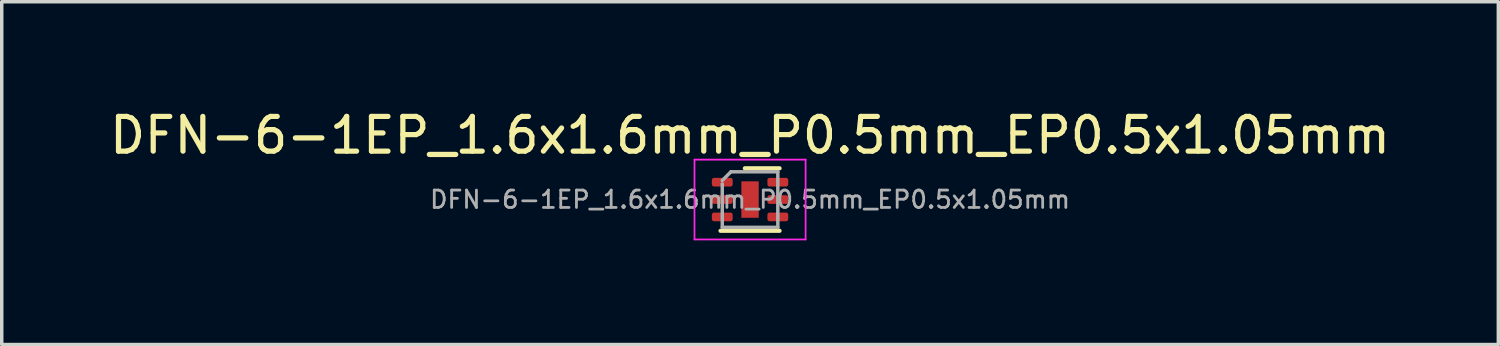
<source format=kicad_pcb>
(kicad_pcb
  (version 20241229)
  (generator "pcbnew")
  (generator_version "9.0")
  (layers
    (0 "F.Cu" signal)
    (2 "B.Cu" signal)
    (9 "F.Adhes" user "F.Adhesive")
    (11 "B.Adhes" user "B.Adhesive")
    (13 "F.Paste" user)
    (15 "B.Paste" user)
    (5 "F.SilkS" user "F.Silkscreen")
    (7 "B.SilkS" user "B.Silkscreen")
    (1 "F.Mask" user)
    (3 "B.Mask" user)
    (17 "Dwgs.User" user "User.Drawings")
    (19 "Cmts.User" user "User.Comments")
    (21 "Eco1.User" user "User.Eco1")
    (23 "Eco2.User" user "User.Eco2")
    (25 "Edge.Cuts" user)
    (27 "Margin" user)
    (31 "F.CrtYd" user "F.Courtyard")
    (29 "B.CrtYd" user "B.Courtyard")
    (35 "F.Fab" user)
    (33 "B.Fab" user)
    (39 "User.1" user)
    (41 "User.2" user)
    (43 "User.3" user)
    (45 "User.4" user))
  (footprint "DFN-6-1EP_1.6x1.6mm_P0.5mm_EP0.5x1.05mm"
    (layer "F.Cu")
    (at 18.554 2.698)
    (property "Reference" "DFN-6-1EP_1.6x1.6mm_P0.5mm_EP0.5x1.05mm" (at 0 -1.85 0) (layer "F.SilkS") (effects (font (size 1 1) (thickness 0.15))))
    (attr smd)
    (fp_line (start -0.85 0.9) (end 0.85 0.9) (stroke (width 0.12) (type solid)) (layer "F.SilkS"))
    (fp_line (start -0.15 -0.9) (end 0.85 -0.9) (stroke (width 0.12) (type solid)) (layer "F.SilkS"))
    (fp_line (start -1.6 -1.15) (end -1.6 1.15) (stroke (width 0.05) (type solid)) (layer "F.CrtYd"))
    (fp_line (start -1.6 1.15) (end 1.6 1.15) (stroke (width 0.05) (type solid)) (layer "F.CrtYd"))
    (fp_line (start 1.6 -1.15) (end -1.6 -1.15) (stroke (width 0.05) (type solid)) (layer "F.CrtYd"))
    (fp_line (start 1.6 1.15) (end 1.6 -1.15) (stroke (width 0.05) (type solid)) (layer "F.CrtYd"))
    (fp_line (start -0.8 -0.55) (end -0.55 -0.8) (stroke (width 0.1) (type solid)) (layer "F.Fab"))
    (fp_line (start -0.8 0.8) (end -0.8 -0.45) (stroke (width 0.1) (type solid)) (layer "F.Fab"))
    (fp_line (start -0.55 -0.8) (end 0.8 -0.8) (stroke (width 0.1) (type solid)) (layer "F.Fab"))
    (fp_line (start 0.8 -0.8) (end 0.8 0.8) (stroke (width 0.1) (type solid)) (layer "F.Fab"))
    (fp_line (start 0.8 0.8) (end -0.8 0.8) (stroke (width 0.1) (type solid)) (layer "F.Fab"))
    (fp_text user "${REFERENCE}" (at 0 0 0) (layer "F.Fab") (effects (font (size 0.5 0.5) (thickness 0.08))))
    (pad "" smd roundrect (at 0 0) (size 0.48 1) (layers "F.Paste") (roundrect_rratio 0.25))
    (pad "1" smd roundrect (at -0.8 -0.5) (size 0.6 0.25) (layers "F.Cu" "F.Mask" "F.Paste") (roundrect_rratio 0.25))
    (pad "2" smd roundrect (at -0.8 0) (size 0.6 0.25) (layers "F.Cu" "F.Mask" "F.Paste") (roundrect_rratio 0.25))
    (pad "3" smd roundrect (at -0.8 0.5) (size 0.6 0.25) (layers "F.Cu" "F.Mask" "F.Paste") (roundrect_rratio 0.25))
    (pad "4" smd roundrect (at 0.8 0.5) (size 0.6 0.25) (layers "F.Cu" "F.Mask" "F.Paste") (roundrect_rratio 0.25))
    (pad "5" smd roundrect (at 0.8 0) (size 0.6 0.25) (layers "F.Cu" "F.Mask" "F.Paste") (roundrect_rratio 0.25))
    (pad "6" smd roundrect (at 0.8 -0.5) (size 0.6 0.25) (layers "F.Cu" "F.Mask" "F.Paste") (roundrect_rratio 0.25))
    (pad "7" smd rect (at 0 0) (size 0.5 1.05) (layers "F.Cu" "F.Mask" "B.Paste")))
  (gr_rect
    (start -3 -3)
    (end 40.107 6.873)
    (stroke (width 0.1) (type default))
    (fill no)
    (layer "Edge.Cuts")))
</source>
